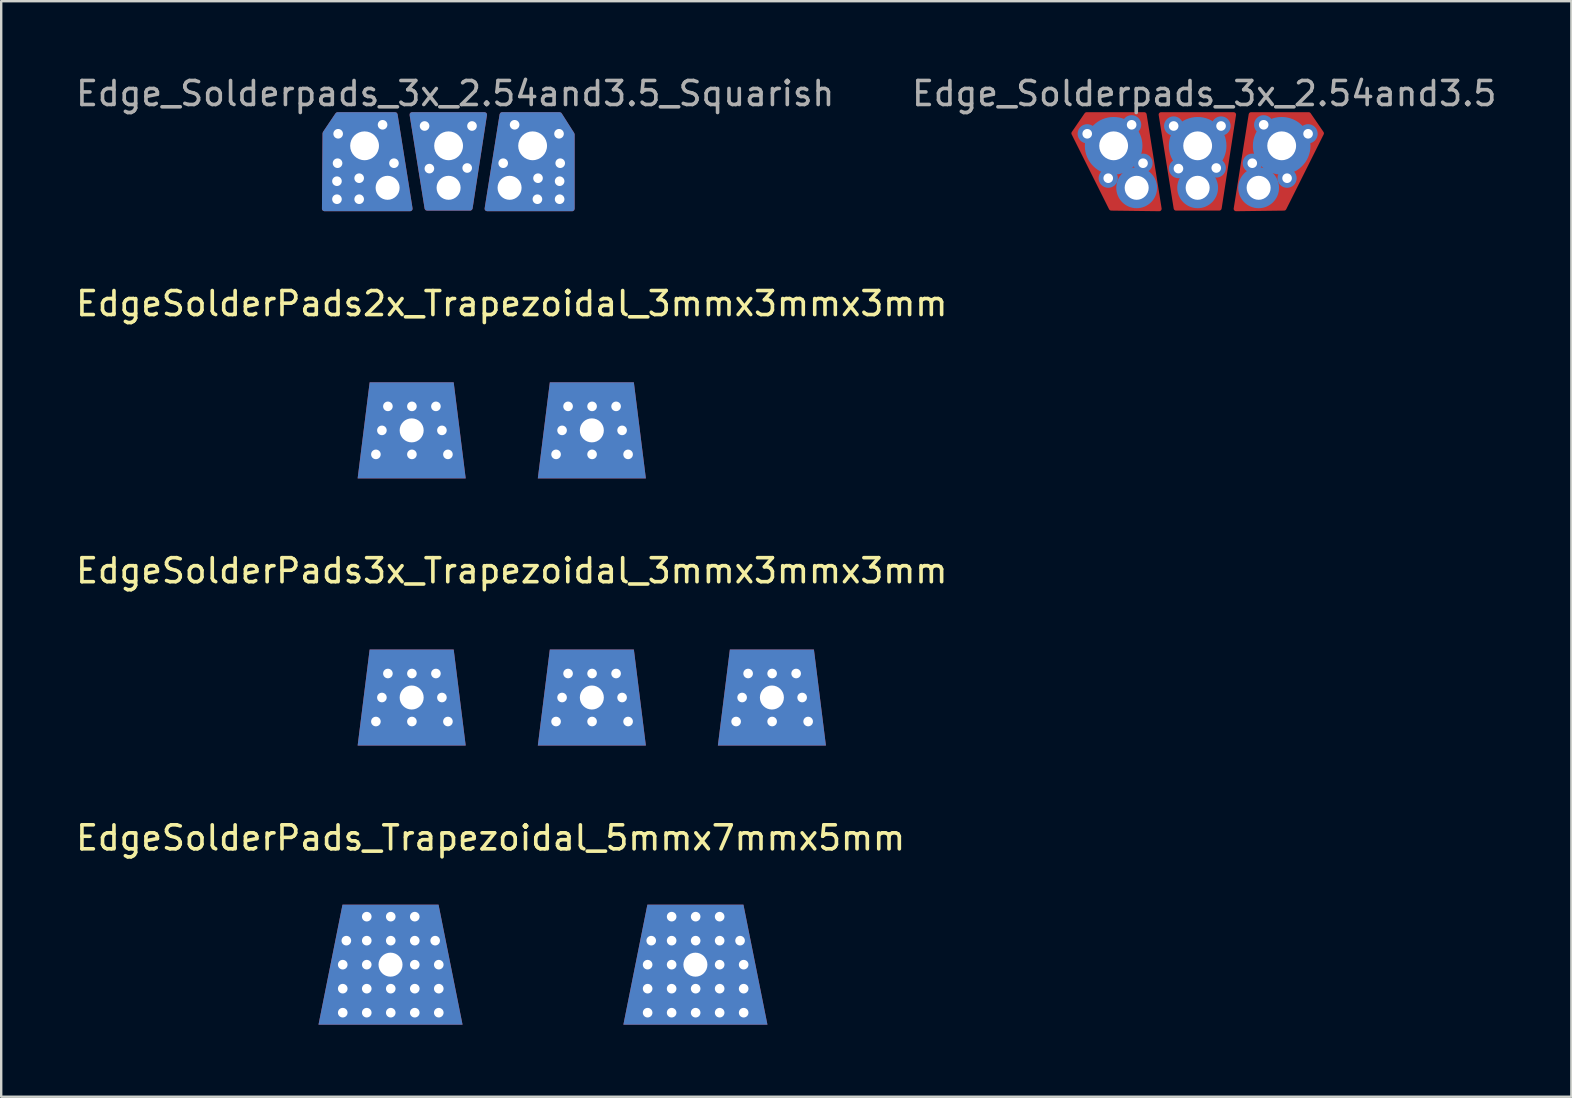
<source format=kicad_pcb>
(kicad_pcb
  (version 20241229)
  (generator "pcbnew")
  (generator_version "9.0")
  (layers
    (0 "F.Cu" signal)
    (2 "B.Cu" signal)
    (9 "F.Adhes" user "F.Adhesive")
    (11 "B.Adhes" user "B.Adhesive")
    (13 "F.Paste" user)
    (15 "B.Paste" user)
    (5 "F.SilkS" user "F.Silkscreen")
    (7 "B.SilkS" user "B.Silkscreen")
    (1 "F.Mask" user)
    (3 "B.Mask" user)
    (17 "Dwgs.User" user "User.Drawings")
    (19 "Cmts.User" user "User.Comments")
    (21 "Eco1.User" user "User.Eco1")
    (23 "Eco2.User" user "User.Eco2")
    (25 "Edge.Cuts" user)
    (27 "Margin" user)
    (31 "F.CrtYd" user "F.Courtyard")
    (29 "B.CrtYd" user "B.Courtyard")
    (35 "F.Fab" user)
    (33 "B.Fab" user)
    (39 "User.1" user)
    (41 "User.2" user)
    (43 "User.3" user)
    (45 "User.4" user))
  (footprint "Edge_Solderpads_3x_2.54and3.5_Squarish"
    (layer "F.Cu")
    (at 15.636 4.773)
    (property "Reference" "Edge_Solderpads_3x_2.54and3.5_Squarish" (at 0.275 -3.925 0) (unlocked yes) (layer "F.Fab") (effects (font (size 1 1) (thickness 0.15))))
    (attr through_hole exclude_from_pos_files exclude_from_bom)
    (fp_poly (pts (xy -1.525 -3.05) (xy -0.9 0.85) (xy 0.9 0.85) (xy 1.5 -3.05)) (stroke (width 0.2) (type solid)) (fill yes) (layer "B.Mask"))
    (fp_poly (pts (xy 5.15 -2.225) (xy 5.125 0.875) (xy 1.6 0.875) (xy 2.225 -3.05) (xy 4.625 -3.05)) (stroke (width 0.2) (type solid)) (fill yes) (layer "B.Mask"))
    (pad "1" thru_hole circle (at -4.65 -0.275) (size 0.8 0.8) (drill 0.4) (layers "*.Cu" "*.Mask"))
    (pad "1" thru_hole circle (at -4.65 0.475) (size 0.8 0.8) (drill 0.4) (layers "*.Cu" "*.Mask"))
    (pad "1" thru_hole circle (at -4.625 -1.025) (size 0.8 0.8) (drill 0.4) (layers "*.Cu" "*.Mask"))
    (pad "1" thru_hole circle (at -4.6 -2.25) (size 0.8 0.8) (drill 0.4) (layers "*.Cu" "*.Mask"))
    (pad "1" thru_hole circle (at -3.725 -0.4) (size 0.8 0.8) (drill 0.4) (layers "*.Cu" "*.Mask"))
    (pad "1" thru_hole circle (at -3.725 0.475) (size 0.8 0.8) (drill 0.4) (layers "*.Cu" "*.Mask"))
    (pad "1" thru_hole custom (at -3.5 -1.75) (size 2.4 2.4) (drill 1.2) (layers "*.Cu" "*.Mask") (options (anchor circle)) (primitives (gr_poly (pts (xy -1.65 -0.52) (xy -1.675 2.625) (xy 1.9 2.625) (xy 1.275 -1.3) (xy -1.125 -1.3)) (width 0.2) (fill yes))))
    (pad "1" thru_hole circle (at -2.75 -2.625) (size 0.8 0.8) (drill 0.4) (layers "*.Cu" "*.Mask"))
    (pad "1" thru_hole circle (at -2.54 0) (size 1.7 1.7) (drill 1) (layers "*.Cu" "*.Mask"))
    (pad "1" thru_hole circle (at -2.275 -1.025) (size 0.8 0.8) (drill 0.4) (layers "*.Cu" "*.Mask"))
    (pad "2" thru_hole circle (at -1 -2.575) (size 0.8 0.8) (drill 0.4) (layers "*.Cu" "*.Mask"))
    (pad "2" thru_hole circle (at -0.8 -0.8) (size 0.8 0.8) (drill 0.4) (layers "*.Cu" "*.Mask"))
    (pad "2" thru_hole custom (at 0 -1.75) (size 2.4 2.4) (drill 1.2) (layers "*.Cu" "*.Mask") (options (anchor circle)) (primitives (gr_poly (pts (xy 1.5 -1.3) (xy 0.9 2.6) (xy -0.9 2.6) (xy -1.525 -1.3)) (width 0.2) (fill yes))))
    (pad "2" thru_hole circle (at 0 0) (size 1.7 1.7) (drill 1) (layers "*.Cu" "*.Mask"))
    (pad "2" thru_hole circle (at 0.775 -0.825) (size 0.8 0.8) (drill 0.4) (layers "*.Cu" "*.Mask"))
    (pad "2" thru_hole circle (at 0.975 -2.575) (size 0.8 0.8) (drill 0.4) (layers "*.Cu" "*.Mask"))
    (pad "3" thru_hole circle (at 2.275 -1.025) (size 0.8 0.8) (drill 0.4) (layers "*.Cu" "*.Mask"))
    (pad "3" thru_hole circle (at 2.54 0) (size 1.7 1.7) (drill 1) (layers "*.Cu" "*.Mask"))
    (pad "3" thru_hole circle (at 2.75 -2.625) (size 0.8 0.8) (drill 0.4) (layers "*.Cu" "*.Mask"))
    (pad "3" thru_hole custom (at 3.5 -1.75) (size 2.4 2.4) (drill 1.2) (layers "*.Cu" "*.Mask") (options (anchor circle)) (primitives (gr_poly (pts (xy 1.65 -0.475) (xy 1.65 2.625) (xy -1.9 2.625) (xy -1.275 -1.3) (xy 1.125 -1.3)) (width 0.2) (fill yes))))
    (pad "3" thru_hole circle (at 3.7 0.475) (size 0.8 0.8) (drill 0.4) (layers "*.Cu" "*.Mask"))
    (pad "3" thru_hole circle (at 3.725 -0.4) (size 0.8 0.8) (drill 0.4) (layers "*.Cu" "*.Mask"))
    (pad "3" thru_hole circle (at 4.6 -2.25) (size 0.8 0.8) (drill 0.4) (layers "*.Cu" "*.Mask"))
    (pad "3" thru_hole circle (at 4.625 -0.275) (size 0.8 0.8) (drill 0.4) (layers "*.Cu" "*.Mask"))
    (pad "3" thru_hole circle (at 4.625 0.475) (size 0.8 0.8) (drill 0.4) (layers "*.Cu" "*.Mask"))
    (pad "3" thru_hole circle (at 4.65 -1.025) (size 0.8 0.8) (drill 0.4) (layers "*.Cu" "*.Mask")))
  (footprint "Edge_Solderpads_3x_2.54and3.5"
    (layer "F.Cu")
    (at 46.838 4.773)
    (property "Reference" "Edge_Solderpads_3x_2.54and3.5" (at 0.275 -3.925 0) (unlocked yes) (layer "F.Fab") (effects (font (size 1 1) (thickness 0.15))))
    (attr through_hole exclude_from_pos_files exclude_from_bom)
    (fp_poly (pts (xy 1.5 -3.05) (xy 0.9 0.85) (xy -0.9 0.85) (xy -1.525 -3.05)) (stroke (width 0.2) (type solid)) (fill yes) (layer "F.Cu"))
    (fp_poly (pts (xy -5.16 -2.27) (xy -3.6 0.85) (xy -1.6 0.875) (xy -2.225 -3.05) (xy -4.625 -3.05)) (stroke (width 0.2) (type solid)) (fill yes) (layer "F.Cu"))
    (fp_poly (pts (xy 5.16 -2.27) (xy 3.6 0.85) (xy 1.6 0.875) (xy 2.225 -3.05) (xy 4.625 -3.05)) (stroke (width 0.2) (type solid)) (fill yes) (layer "F.Cu"))
    (fp_poly (pts (xy 1.5 -3.05) (xy 0.9 0.85) (xy -0.9 0.85) (xy -1.525 -3.05)) (stroke (width 0.2) (type solid)) (fill yes) (layer "F.Mask"))
    (fp_poly (pts (xy -5.16 -2.27) (xy -3.6 0.85) (xy -1.6 0.875) (xy -2.225 -3.05) (xy -4.625 -3.05)) (stroke (width 0.2) (type solid)) (fill yes) (layer "F.Mask"))
    (fp_poly (pts (xy 5.16 -2.27) (xy 3.6 0.85) (xy 1.6 0.875) (xy 2.225 -3.05) (xy 4.625 -3.05)) (stroke (width 0.2) (type solid)) (fill yes) (layer "F.Mask"))
    (fp_poly (pts (xy -1.525 -3.05) (xy -0.9 0.85) (xy 0.9 0.85) (xy 1.5 -3.05)) (stroke (width 0.2) (type solid)) (fill yes) (layer "B.Mask"))
    (fp_poly (pts (xy -5.16 -2.27) (xy -3.6 0.85) (xy -1.6 0.875) (xy -2.225 -3.05) (xy -4.625 -3.05)) (stroke (width 0.2) (type solid)) (fill yes) (layer "B.Mask"))
    (fp_poly (pts (xy 5.16 -2.27) (xy 3.6 0.85) (xy 1.6 0.875) (xy 2.225 -3.05) (xy 4.625 -3.05)) (stroke (width 0.2) (type solid)) (fill yes) (layer "B.Mask"))
    (pad "1" thru_hole circle (at -4.6 -2.25) (size 0.8 0.8) (drill 0.4) (layers "*.Cu" "*.Mask"))
    (pad "1" thru_hole circle (at -3.725 -0.4) (size 0.8 0.8) (drill 0.4) (layers "*.Cu" "*.Mask"))
    (pad "1" thru_hole circle (at -3.5 -1.75) (size 2.4 2.4) (drill 1.2) (layers "*.Cu" "*.Mask"))
    (pad "1" thru_hole circle (at -2.75 -2.625) (size 0.8 0.8) (drill 0.4) (layers "*.Cu" "*.Mask"))
    (pad "1" thru_hole circle (at -2.54 0) (size 1.7 1.7) (drill 1) (layers "*.Cu" "*.Mask"))
    (pad "1" thru_hole circle (at -2.275 -1.025) (size 0.8 0.8) (drill 0.4) (layers "*.Cu" "*.Mask"))
    (pad "1" thru_hole circle (at 2.275 -1.025) (size 0.8 0.8) (drill 0.4) (layers "*.Cu" "*.Mask"))
    (pad "1" thru_hole circle (at 2.75 -2.625) (size 0.8 0.8) (drill 0.4) (layers "*.Cu" "*.Mask"))
    (pad "1" thru_hole circle (at 3.725 -0.4) (size 0.8 0.8) (drill 0.4) (layers "*.Cu" "*.Mask"))
    (pad "1" thru_hole circle (at 4.6 -2.25) (size 0.8 0.8) (drill 0.4) (layers "*.Cu" "*.Mask"))
    (pad "2" thru_hole circle (at -1 -2.575) (size 0.8 0.8) (drill 0.4) (layers "*.Cu" "*.Mask"))
    (pad "2" thru_hole circle (at -0.8 -0.8) (size 0.8 0.8) (drill 0.4) (layers "*.Cu" "*.Mask"))
    (pad "2" thru_hole circle (at 0 -1.75) (size 2.4 2.4) (drill 1.2) (layers "*.Cu" "*.Mask"))
    (pad "2" thru_hole circle (at 0 0) (size 1.7 1.7) (drill 1) (layers "*.Cu" "*.Mask"))
    (pad "2" thru_hole circle (at 0.775 -0.825) (size 0.8 0.8) (drill 0.4) (layers "*.Cu" "*.Mask"))
    (pad "2" thru_hole circle (at 0.975 -2.575) (size 0.8 0.8) (drill 0.4) (layers "*.Cu" "*.Mask"))
    (pad "3" thru_hole circle (at 2.54 0) (size 1.7 1.7) (drill 1) (layers "*.Cu" "*.Mask"))
    (pad "3" thru_hole circle (at 3.5 -1.75) (size 2.4 2.4) (drill 1.2) (layers "*.Cu" "*.Mask")))
  (footprint "EdgeSolderPads3x_Trapezoidal_3mmx3mmx3mm"
    (layer "F.Cu")
    (at 14.098 26.005)
    (property "Reference" "EdgeSolderPads3x_Trapezoidal_3mmx3mmx3mm" (at 4.17 -5.28 0) (layer "F.SilkS") (effects (font (size 1 1) (thickness 0.15))))
    (attr through_hole)
    (pad "1" thru_hole circle (at -1.49 1) (size 0.7 0.7) (drill 0.4) (layers "*.Cu" "*.Mask"))
    (pad "1" thru_hole circle (at -1.24 0) (size 0.7 0.7) (drill 0.4) (layers "*.Cu" "*.Mask"))
    (pad "1" thru_hole circle (at -0.99 -1) (size 0.7 0.7) (drill 0.4) (layers "*.Cu" "*.Mask"))
    (pad "1" thru_hole trapezoid (at 0 0) (size 4 4) (rect_delta 0 0.5) (drill 1) (layers "*.Cu" "*.Mask"))
    (pad "1" thru_hole circle (at 0.01 -1) (size 0.7 0.7) (drill 0.4) (layers "*.Cu" "*.Mask"))
    (pad "1" thru_hole circle (at 0.01 1) (size 0.7 0.7) (drill 0.4) (layers "*.Cu" "*.Mask"))
    (pad "1" thru_hole circle (at 1.01 -1) (size 0.7 0.7) (drill 0.4) (layers "*.Cu" "*.Mask"))
    (pad "1" thru_hole circle (at 1.26 0) (size 0.7 0.7) (drill 0.4) (layers "*.Cu" "*.Mask"))
    (pad "1" thru_hole circle (at 1.51 1) (size 0.7 0.7) (drill 0.4) (layers "*.Cu" "*.Mask"))
    (pad "2" thru_hole circle (at 6.015 1) (size 0.7 0.7) (drill 0.4) (layers "*.Cu" "*.Mask"))
    (pad "2" thru_hole circle (at 6.265 0) (size 0.7 0.7) (drill 0.4) (layers "*.Cu" "*.Mask"))
    (pad "2" thru_hole circle (at 6.515 -1) (size 0.7 0.7) (drill 0.4) (layers "*.Cu" "*.Mask"))
    (pad "2" thru_hole trapezoid (at 7.505 0) (size 4 4) (rect_delta 0 0.5) (drill 1) (layers "*.Cu" "*.Mask"))
    (pad "2" thru_hole circle (at 7.515 -1) (size 0.7 0.7) (drill 0.4) (layers "*.Cu" "*.Mask"))
    (pad "2" thru_hole circle (at 7.515 1) (size 0.7 0.7) (drill 0.4) (layers "*.Cu" "*.Mask"))
    (pad "2" thru_hole circle (at 8.515 -1) (size 0.7 0.7) (drill 0.4) (layers "*.Cu" "*.Mask"))
    (pad "2" thru_hole circle (at 8.765 0) (size 0.7 0.7) (drill 0.4) (layers "*.Cu" "*.Mask"))
    (pad "2" thru_hole circle (at 9.015 1) (size 0.7 0.7) (drill 0.4) (layers "*.Cu" "*.Mask"))
    (pad "3" thru_hole circle (at 13.515 1) (size 0.7 0.7) (drill 0.4) (layers "*.Cu" "*.Mask"))
    (pad "3" thru_hole circle (at 13.765 0) (size 0.7 0.7) (drill 0.4) (layers "*.Cu" "*.Mask"))
    (pad "3" thru_hole circle (at 14.015 -1) (size 0.7 0.7) (drill 0.4) (layers "*.Cu" "*.Mask"))
    (pad "3" thru_hole trapezoid (at 15.005 0) (size 4 4) (rect_delta 0 0.5) (drill 1) (layers "*.Cu" "*.Mask"))
    (pad "3" thru_hole circle (at 15.015 -1) (size 0.7 0.7) (drill 0.4) (layers "*.Cu" "*.Mask"))
    (pad "3" thru_hole circle (at 15.015 1) (size 0.7 0.7) (drill 0.4) (layers "*.Cu" "*.Mask"))
    (pad "3" thru_hole circle (at 16.015 -1) (size 0.7 0.7) (drill 0.4) (layers "*.Cu" "*.Mask"))
    (pad "3" thru_hole circle (at 16.265 0) (size 0.7 0.7) (drill 0.4) (layers "*.Cu" "*.Mask"))
    (pad "3" thru_hole circle (at 16.515 1) (size 0.7 0.7) (drill 0.4) (layers "*.Cu" "*.Mask")))
  (footprint "EdgeSolderPads_Trapezoidal_5mmx7mmx5mm"
    (layer "F.Cu")
    (at 13.217 37.133)
    (property "Reference" "EdgeSolderPads_Trapezoidal_5mmx7mmx5mm" (at 4.17 -5.28 0) (layer "F.SilkS") (effects (font (size 1 1) (thickness 0.15))))
    (attr through_hole)
    (pad "" thru_hole circle (at -1.99 0) (size 0.7 0.7) (drill 0.4) (layers "*.Cu" "*.Mask"))
    (pad "" thru_hole circle (at -1.99 1) (size 0.7 0.7) (drill 0.4) (layers "*.Cu" "*.Mask"))
    (pad "" thru_hole circle (at -1.99 2) (size 0.7 0.7) (drill 0.4) (layers "*.Cu" "*.Mask"))
    (pad "" thru_hole circle (at -1.84 -1) (size 0.7 0.7) (drill 0.4) (layers "*.Cu" "*.Mask"))
    (pad "" thru_hole circle (at -0.99 -2) (size 0.7 0.7) (drill 0.4) (layers "*.Cu" "*.Mask"))
    (pad "" thru_hole circle (at -0.99 -1) (size 0.7 0.7) (drill 0.4) (layers "*.Cu" "*.Mask"))
    (pad "" thru_hole circle (at -0.99 0) (size 0.7 0.7) (drill 0.4) (layers "*.Cu" "*.Mask"))
    (pad "" thru_hole circle (at -0.99 1) (size 0.7 0.7) (drill 0.4) (layers "*.Cu" "*.Mask"))
    (pad "" thru_hole circle (at -0.99 2) (size 0.7 0.7) (drill 0.4) (layers "*.Cu" "*.Mask"))
    (pad "" thru_hole circle (at 0.01 -2) (size 0.7 0.7) (drill 0.4) (layers "*.Cu" "*.Mask"))
    (pad "" thru_hole circle (at 0.01 -1) (size 0.7 0.7) (drill 0.4) (layers "*.Cu" "*.Mask"))
    (pad "" thru_hole circle (at 0.01 1) (size 0.7 0.7) (drill 0.4) (layers "*.Cu" "*.Mask"))
    (pad "" thru_hole circle (at 0.01 2) (size 0.7 0.7) (drill 0.4) (layers "*.Cu" "*.Mask"))
    (pad "" thru_hole circle (at 1.01 -2) (size 0.7 0.7) (drill 0.4) (layers "*.Cu" "*.Mask"))
    (pad "" thru_hole circle (at 1.01 -1) (size 0.7 0.7) (drill 0.4) (layers "*.Cu" "*.Mask"))
    (pad "" thru_hole circle (at 1.01 0) (size 0.7 0.7) (drill 0.4) (layers "*.Cu" "*.Mask"))
    (pad "" thru_hole circle (at 1.01 1) (size 0.7 0.7) (drill 0.4) (layers "*.Cu" "*.Mask"))
    (pad "" thru_hole circle (at 1.01 2) (size 0.7 0.7) (drill 0.4) (layers "*.Cu" "*.Mask"))
    (pad "" thru_hole circle (at 1.86 -1) (size 0.7 0.7) (drill 0.4) (layers "*.Cu" "*.Mask"))
    (pad "" thru_hole circle (at 2.01 0) (size 0.7 0.7) (drill 0.4) (layers "*.Cu" "*.Mask"))
    (pad "" thru_hole circle (at 2.01 1) (size 0.7 0.7) (drill 0.4) (layers "*.Cu" "*.Mask"))
    (pad "" thru_hole circle (at 2.01 2) (size 0.7 0.7) (drill 0.4) (layers "*.Cu" "*.Mask"))
    (pad "" thru_hole circle (at 10.71 0) (size 0.7 0.7) (drill 0.4) (layers "*.Cu" "*.Mask"))
    (pad "" thru_hole circle (at 10.71 1) (size 0.7 0.7) (drill 0.4) (layers "*.Cu" "*.Mask"))
    (pad "" thru_hole circle (at 10.71 2) (size 0.7 0.7) (drill 0.4) (layers "*.Cu" "*.Mask"))
    (pad "" thru_hole circle (at 10.86 -1) (size 0.7 0.7) (drill 0.4) (layers "*.Cu" "*.Mask"))
    (pad "" thru_hole circle (at 11.71 -2) (size 0.7 0.7) (drill 0.4) (layers "*.Cu" "*.Mask"))
    (pad "" thru_hole circle (at 11.71 -1) (size 0.7 0.7) (drill 0.4) (layers "*.Cu" "*.Mask"))
    (pad "" thru_hole circle (at 11.71 0) (size 0.7 0.7) (drill 0.4) (layers "*.Cu" "*.Mask"))
    (pad "" thru_hole circle (at 11.71 1) (size 0.7 0.7) (drill 0.4) (layers "*.Cu" "*.Mask"))
    (pad "" thru_hole circle (at 11.71 2) (size 0.7 0.7) (drill 0.4) (layers "*.Cu" "*.Mask"))
    (pad "" thru_hole circle (at 12.71 -2) (size 0.7 0.7) (drill 0.4) (layers "*.Cu" "*.Mask"))
    (pad "" thru_hole circle (at 12.71 -1) (size 0.7 0.7) (drill 0.4) (layers "*.Cu" "*.Mask"))
    (pad "" thru_hole circle (at 12.71 1) (size 0.7 0.7) (drill 0.4) (layers "*.Cu" "*.Mask"))
    (pad "" thru_hole circle (at 12.71 2) (size 0.7 0.7) (drill 0.4) (layers "*.Cu" "*.Mask"))
    (pad "" thru_hole circle (at 13.71 -2) (size 0.7 0.7) (drill 0.4) (layers "*.Cu" "*.Mask"))
    (pad "" thru_hole circle (at 13.71 -1) (size 0.7 0.7) (drill 0.4) (layers "*.Cu" "*.Mask"))
    (pad "" thru_hole circle (at 13.71 0) (size 0.7 0.7) (drill 0.4) (layers "*.Cu" "*.Mask"))
    (pad "" thru_hole circle (at 13.71 1) (size 0.7 0.7) (drill 0.4) (layers "*.Cu" "*.Mask"))
    (pad "" thru_hole circle (at 13.71 2) (size 0.7 0.7) (drill 0.4) (layers "*.Cu" "*.Mask"))
    (pad "" thru_hole circle (at 14.56 -1) (size 0.7 0.7) (drill 0.4) (layers "*.Cu" "*.Mask"))
    (pad "" thru_hole circle (at 14.71 0) (size 0.7 0.7) (drill 0.4) (layers "*.Cu" "*.Mask"))
    (pad "" thru_hole circle (at 14.71 1) (size 0.7 0.7) (drill 0.4) (layers "*.Cu" "*.Mask"))
    (pad "" thru_hole circle (at 14.71 2) (size 0.7 0.7) (drill 0.4) (layers "*.Cu" "*.Mask"))
    (pad "1" thru_hole trapezoid (at 0 0) (size 5 5) (rect_delta 0 1) (drill 1) (layers "*.Cu" "*.Mask"))
    (pad "2" thru_hole trapezoid (at 12.7 0) (size 5 5) (rect_delta 0 1) (drill 1) (layers "*.Cu" "*.Mask")))
  (footprint "EdgeSolderPads2x_Trapezoidal_3mmx3mmx3mm"
    (layer "F.Cu")
    (at 14.098 14.877)
    (property "Reference" "EdgeSolderPads2x_Trapezoidal_3mmx3mmx3mm" (at 4.17 -5.28 0) (layer "F.SilkS") (effects (font (size 1 1) (thickness 0.15))))
    (attr through_hole)
    (pad "1" thru_hole circle (at -1.49 1) (size 0.7 0.7) (drill 0.4) (layers "*.Cu" "*.Mask"))
    (pad "1" thru_hole circle (at -1.24 0) (size 0.7 0.7) (drill 0.4) (layers "*.Cu" "*.Mask"))
    (pad "1" thru_hole circle (at -0.99 -1) (size 0.7 0.7) (drill 0.4) (layers "*.Cu" "*.Mask"))
    (pad "1" thru_hole trapezoid (at 0 0) (size 4 4) (rect_delta 0 0.5) (drill 1) (layers "*.Cu" "*.Mask"))
    (pad "1" thru_hole circle (at 0.01 -1) (size 0.7 0.7) (drill 0.4) (layers "*.Cu" "*.Mask"))
    (pad "1" thru_hole circle (at 0.01 1) (size 0.7 0.7) (drill 0.4) (layers "*.Cu" "*.Mask"))
    (pad "1" thru_hole circle (at 1.01 -1) (size 0.7 0.7) (drill 0.4) (layers "*.Cu" "*.Mask"))
    (pad "1" thru_hole circle (at 1.26 0) (size 0.7 0.7) (drill 0.4) (layers "*.Cu" "*.Mask"))
    (pad "1" thru_hole circle (at 1.51 1) (size 0.7 0.7) (drill 0.4) (layers "*.Cu" "*.Mask"))
    (pad "2" thru_hole circle (at 6.015 1) (size 0.7 0.7) (drill 0.4) (layers "*.Cu" "*.Mask"))
    (pad "2" thru_hole circle (at 6.265 0) (size 0.7 0.7) (drill 0.4) (layers "*.Cu" "*.Mask"))
    (pad "2" thru_hole circle (at 6.515 -1) (size 0.7 0.7) (drill 0.4) (layers "*.Cu" "*.Mask"))
    (pad "2" thru_hole trapezoid (at 7.505 0) (size 4 4) (rect_delta 0 0.5) (drill 1) (layers "*.Cu" "*.Mask"))
    (pad "2" thru_hole circle (at 7.515 -1) (size 0.7 0.7) (drill 0.4) (layers "*.Cu" "*.Mask"))
    (pad "2" thru_hole circle (at 7.515 1) (size 0.7 0.7) (drill 0.4) (layers "*.Cu" "*.Mask"))
    (pad "2" thru_hole circle (at 8.515 -1) (size 0.7 0.7) (drill 0.4) (layers "*.Cu" "*.Mask"))
    (pad "2" thru_hole circle (at 8.765 0) (size 0.7 0.7) (drill 0.4) (layers "*.Cu" "*.Mask"))
    (pad "2" thru_hole circle (at 9.015 1) (size 0.7 0.7) (drill 0.4) (layers "*.Cu" "*.Mask")))
  (gr_rect
    (start -3 -3)
    (end 62.405 42.633)
    (stroke (width 0.1) (type default))
    (fill no)
    (layer "Edge.Cuts")))
</source>
